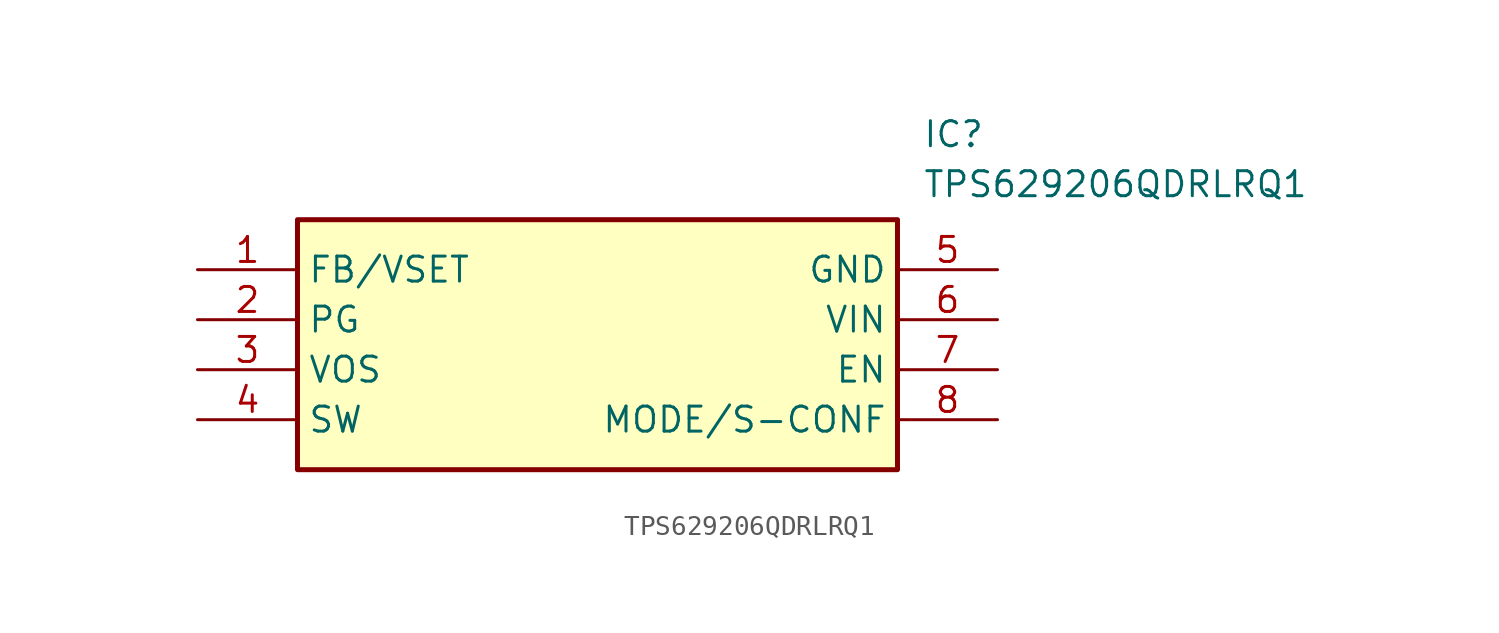
<source format=kicad_sym>
(kicad_symbol_lib
  (version 20211014)
  (generator SamacSys_ECAD_Model)
  (symbol "TPS629206QDRLRQ1"
    (property "Reference" "IC"
      (at 36.83 7.62 0)
      (effects (font (size 1.27 1.27)) (justify left top)))
    (property "Value" "TPS629206QDRLRQ1"
      (at 36.83 5.08 0)
      (effects (font (size 1.27 1.27)) (justify left top)))
    (rectangle
      (start 5.08 2.54)
      (end 35.56 -10.16)
      (stroke (width 0.254) (type default))
      (fill (type background)))
    (pin passive line
      (at 0 0 0)
      (length 5.08)
      (name "FB/VSET" (effects (font (size 1.27 1.27))))
      (number "1" (effects (font (size 1.27 1.27)))))
    (pin passive line
      (at 0 -2.54 0)
      (length 5.08)
      (name "PG" (effects (font (size 1.27 1.27))))
      (number "2" (effects (font (size 1.27 1.27)))))
    (pin passive line
      (at 0 -5.08 0)
      (length 5.08)
      (name "VOS" (effects (font (size 1.27 1.27))))
      (number "3" (effects (font (size 1.27 1.27)))))
    (pin passive line
      (at 0 -7.62 0)
      (length 5.08)
      (name "SW" (effects (font (size 1.27 1.27))))
      (number "4" (effects (font (size 1.27 1.27)))))
    (pin passive line
      (at 40.64 0 180)
      (length 5.08)
      (name "GND" (effects (font (size 1.27 1.27))))
      (number "5" (effects (font (size 1.27 1.27)))))
    (pin passive line
      (at 40.64 -2.54 180)
      (length 5.08)
      (name "VIN" (effects (font (size 1.27 1.27))))
      (number "6" (effects (font (size 1.27 1.27)))))
    (pin passive line
      (at 40.64 -5.08 180)
      (length 5.08)
      (name "EN" (effects (font (size 1.27 1.27))))
      (number "7" (effects (font (size 1.27 1.27)))))
    (pin passive line
      (at 40.64 -7.62 180)
      (length 5.08)
      (name "MODE/S-CONF" (effects (font (size 1.27 1.27))))
      (number "8" (effects (font (size 1.27 1.27)))))))
</source>
